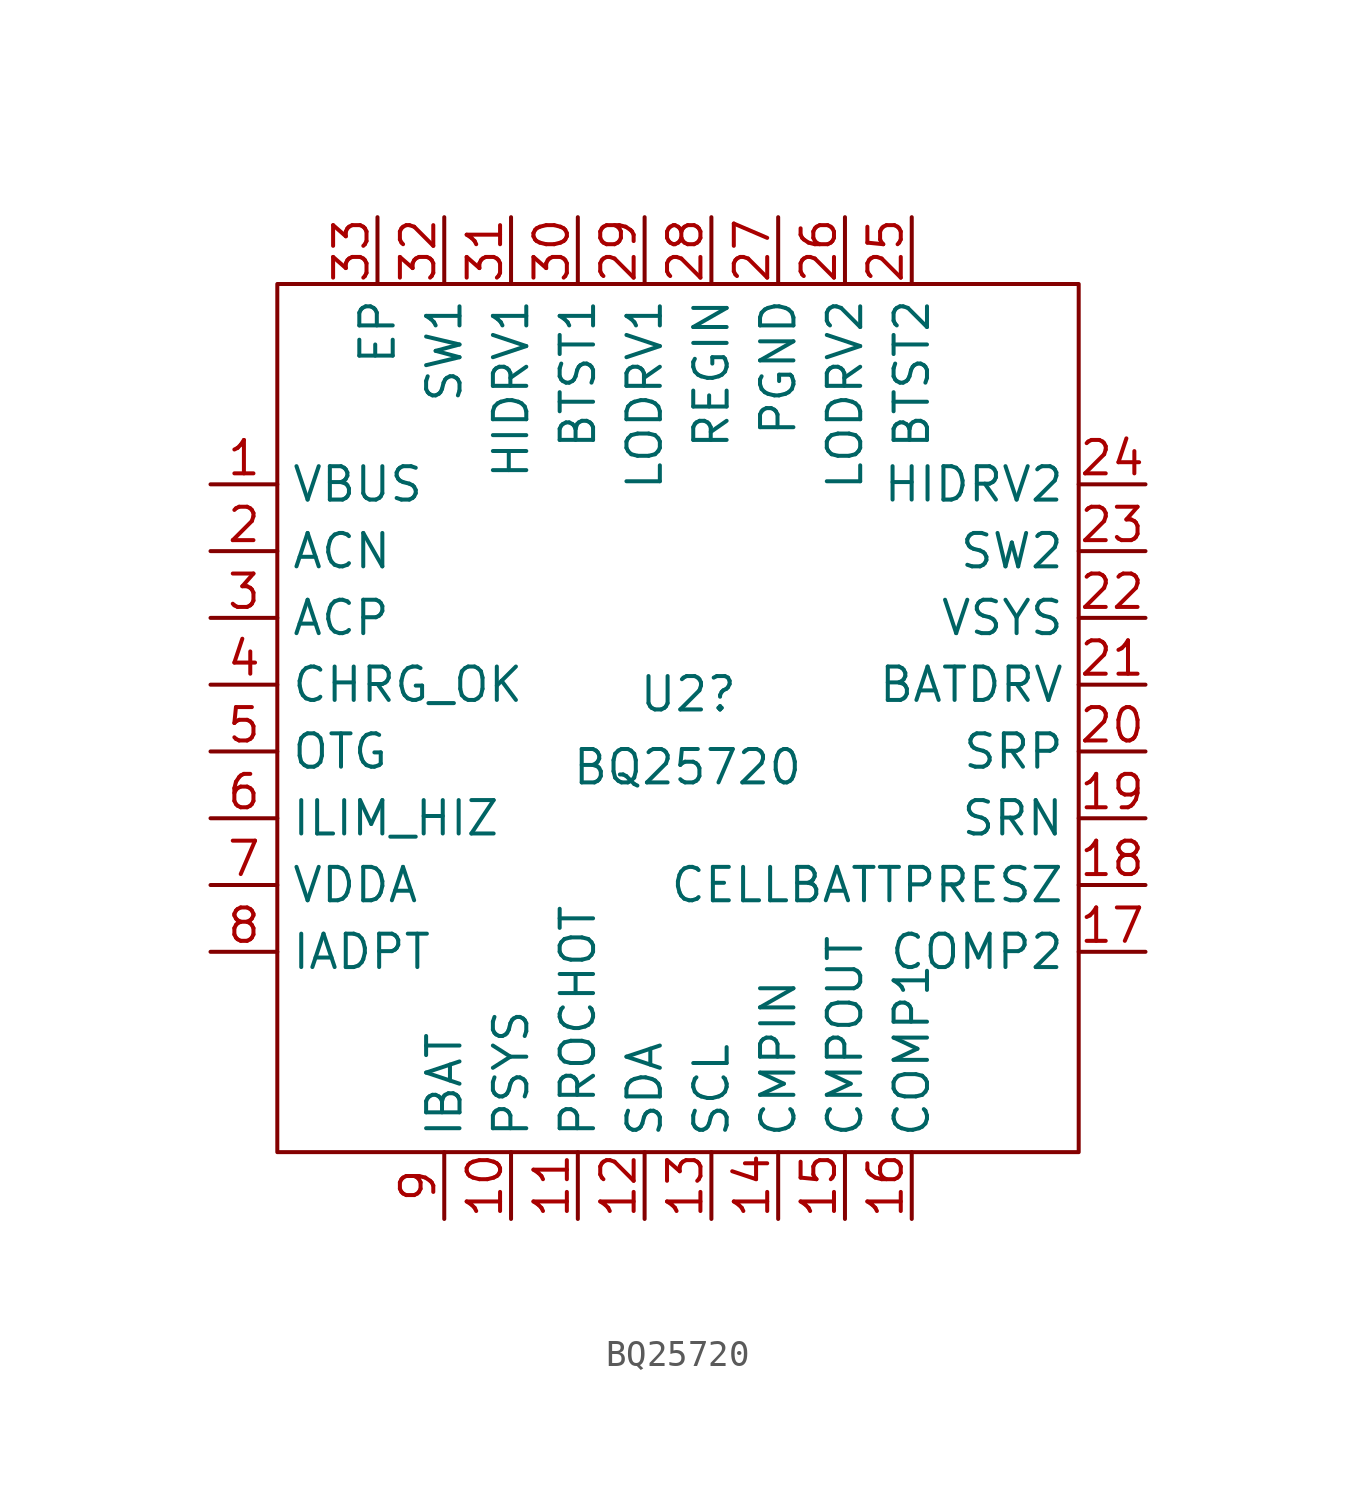
<source format=kicad_sym>
(kicad_symbol_lib
  (version 20210619)
  (generator kicad_symbol_editor)
  (symbol "Userdef:BQ25720"
    (property "Reference" "U2"
      (at -1.524 0.908 0)
      (effects (font (size 1.27 1.27)) (justify left)))
    (property "Value" "BQ25720"
      (at -4.064 -1.867 0)
      (effects (font (size 1.27 1.27)) (justify left)))
    (symbol "BQ25720_0_1"
      (rectangle (start 15.24 -16.51) (end -15.24 16.51) (stroke (width 0.152)) (fill (type none))))
    (symbol "BQ25720_1_1"
      (pin input line (at -17.78 8.89 0) (length 2.54) (name "VBUS" (effects (font (size 1.27 1.27)))) (number "1" (effects (font (size 1.27 1.27)))))
      (pin output line (at -6.35 -19.05 90) (length 2.54) (name "PSYS" (effects (font (size 1.27 1.27)))) (number "10" (effects (font (size 1.27 1.27)))))
      (pin output line (at -3.81 -19.05 90) (length 2.54) (name "PROCHOT" (effects (font (size 1.27 1.27)))) (number "11" (effects (font (size 1.27 1.27)))))
      (pin bidirectional line (at -1.27 -19.05 90) (length 2.54) (name "SDA" (effects (font (size 1.27 1.27)))) (number "12" (effects (font (size 1.27 1.27)))))
      (pin bidirectional line (at 1.27 -19.05 90) (length 2.54) (name "SCL" (effects (font (size 1.27 1.27)))) (number "13" (effects (font (size 1.27 1.27)))))
      (pin input line (at 3.81 -19.05 90) (length 2.54) (name "CMPIN" (effects (font (size 1.27 1.27)))) (number "14" (effects (font (size 1.27 1.27)))))
      (pin output line (at 6.35 -19.05 90) (length 2.54) (name "CMPOUT" (effects (font (size 1.27 1.27)))) (number "15" (effects (font (size 1.27 1.27)))))
      (pin input line (at 8.89 -19.05 90) (length 2.54) (name "COMP1" (effects (font (size 1.27 1.27)))) (number "16" (effects (font (size 1.27 1.27)))))
      (pin input line (at 17.78 -8.89 180) (length 2.54) (name "COMP2" (effects (font (size 1.27 1.27)))) (number "17" (effects (font (size 1.27 1.27)))))
      (pin input line (at 17.78 -6.35 180) (length 2.54) (name "CELLBATTPRESZ" (effects (font (size 1.27 1.27)))) (number "18" (effects (font (size 1.27 1.27)))))
      (pin input line (at 17.78 -3.81 180) (length 2.54) (name "SRN" (effects (font (size 1.27 1.27)))) (number "19" (effects (font (size 1.27 1.27)))))
      (pin input line (at -17.78 6.35 0) (length 2.54) (name "ACN" (effects (font (size 1.27 1.27)))) (number "2" (effects (font (size 1.27 1.27)))))
      (pin input line (at 17.78 -1.27 180) (length 2.54) (name "SRP" (effects (font (size 1.27 1.27)))) (number "20" (effects (font (size 1.27 1.27)))))
      (pin output line (at 17.78 1.27 180) (length 2.54) (name "BATDRV" (effects (font (size 1.27 1.27)))) (number "21" (effects (font (size 1.27 1.27)))))
      (pin output line (at 17.78 3.81 180) (length 2.54) (name "VSYS" (effects (font (size 1.27 1.27)))) (number "22" (effects (font (size 1.27 1.27)))))
      (pin input line (at 17.78 6.35 180) (length 2.54) (name "SW2" (effects (font (size 1.27 1.27)))) (number "23" (effects (font (size 1.27 1.27)))))
      (pin output line (at 17.78 8.89 180) (length 2.54) (name "HIDRV2" (effects (font (size 1.27 1.27)))) (number "24" (effects (font (size 1.27 1.27)))))
      (pin output line (at 8.89 19.05 270) (length 2.54) (name "BTST2" (effects (font (size 1.27 1.27)))) (number "25" (effects (font (size 1.27 1.27)))))
      (pin input line (at 6.35 19.05 270) (length 2.54) (name "LODRV2" (effects (font (size 1.27 1.27)))) (number "26" (effects (font (size 1.27 1.27)))))
      (pin input line (at 3.81 19.05 270) (length 2.54) (name "PGND" (effects (font (size 1.27 1.27)))) (number "27" (effects (font (size 1.27 1.27)))))
      (pin input line (at 1.27 19.05 270) (length 2.54) (name "REGIN" (effects (font (size 1.27 1.27)))) (number "28" (effects (font (size 1.27 1.27)))))
      (pin input line (at -1.27 19.05 270) (length 2.54) (name "LODRV1" (effects (font (size 1.27 1.27)))) (number "29" (effects (font (size 1.27 1.27)))))
      (pin input line (at -17.78 3.81 0) (length 2.54) (name "ACP" (effects (font (size 1.27 1.27)))) (number "3" (effects (font (size 1.27 1.27)))))
      (pin output line (at -3.81 19.05 270) (length 2.54) (name "BTST1" (effects (font (size 1.27 1.27)))) (number "30" (effects (font (size 1.27 1.27)))))
      (pin output line (at -6.35 19.05 270) (length 2.54) (name "HIDRV1" (effects (font (size 1.27 1.27)))) (number "31" (effects (font (size 1.27 1.27)))))
      (pin output line (at -8.89 19.05 270) (length 2.54) (name "SW1" (effects (font (size 1.27 1.27)))) (number "32" (effects (font (size 1.27 1.27)))))
      (pin input line (at -11.43 19.05 270) (length 2.54) (name "EP" (effects (font (size 1.27 1.27)))) (number "33" (effects (font (size 1.27 1.27)))))
      (pin output line (at -17.78 1.27 0) (length 2.54) (name "CHRG_OK" (effects (font (size 1.27 1.27)))) (number "4" (effects (font (size 1.27 1.27)))))
      (pin input line (at -17.78 -1.27 0) (length 2.54) (name "OTG" (effects (font (size 1.27 1.27)))) (number "5" (effects (font (size 1.27 1.27)))))
      (pin input line (at -17.78 -3.81 0) (length 2.54) (name "ILIM_HIZ" (effects (font (size 1.27 1.27)))) (number "6" (effects (font (size 1.27 1.27)))))
      (pin input line (at -17.78 -6.35 0) (length 2.54) (name "VDDA" (effects (font (size 1.27 1.27)))) (number "7" (effects (font (size 1.27 1.27)))))
      (pin input line (at -17.78 -8.89 0) (length 2.54) (name "IADPT" (effects (font (size 1.27 1.27)))) (number "8" (effects (font (size 1.27 1.27)))))
      (pin input line (at -8.89 -19.05 90) (length 2.54) (name "IBAT" (effects (font (size 1.27 1.27)))) (number "9" (effects (font (size 1.27 1.27))))))))
</source>
